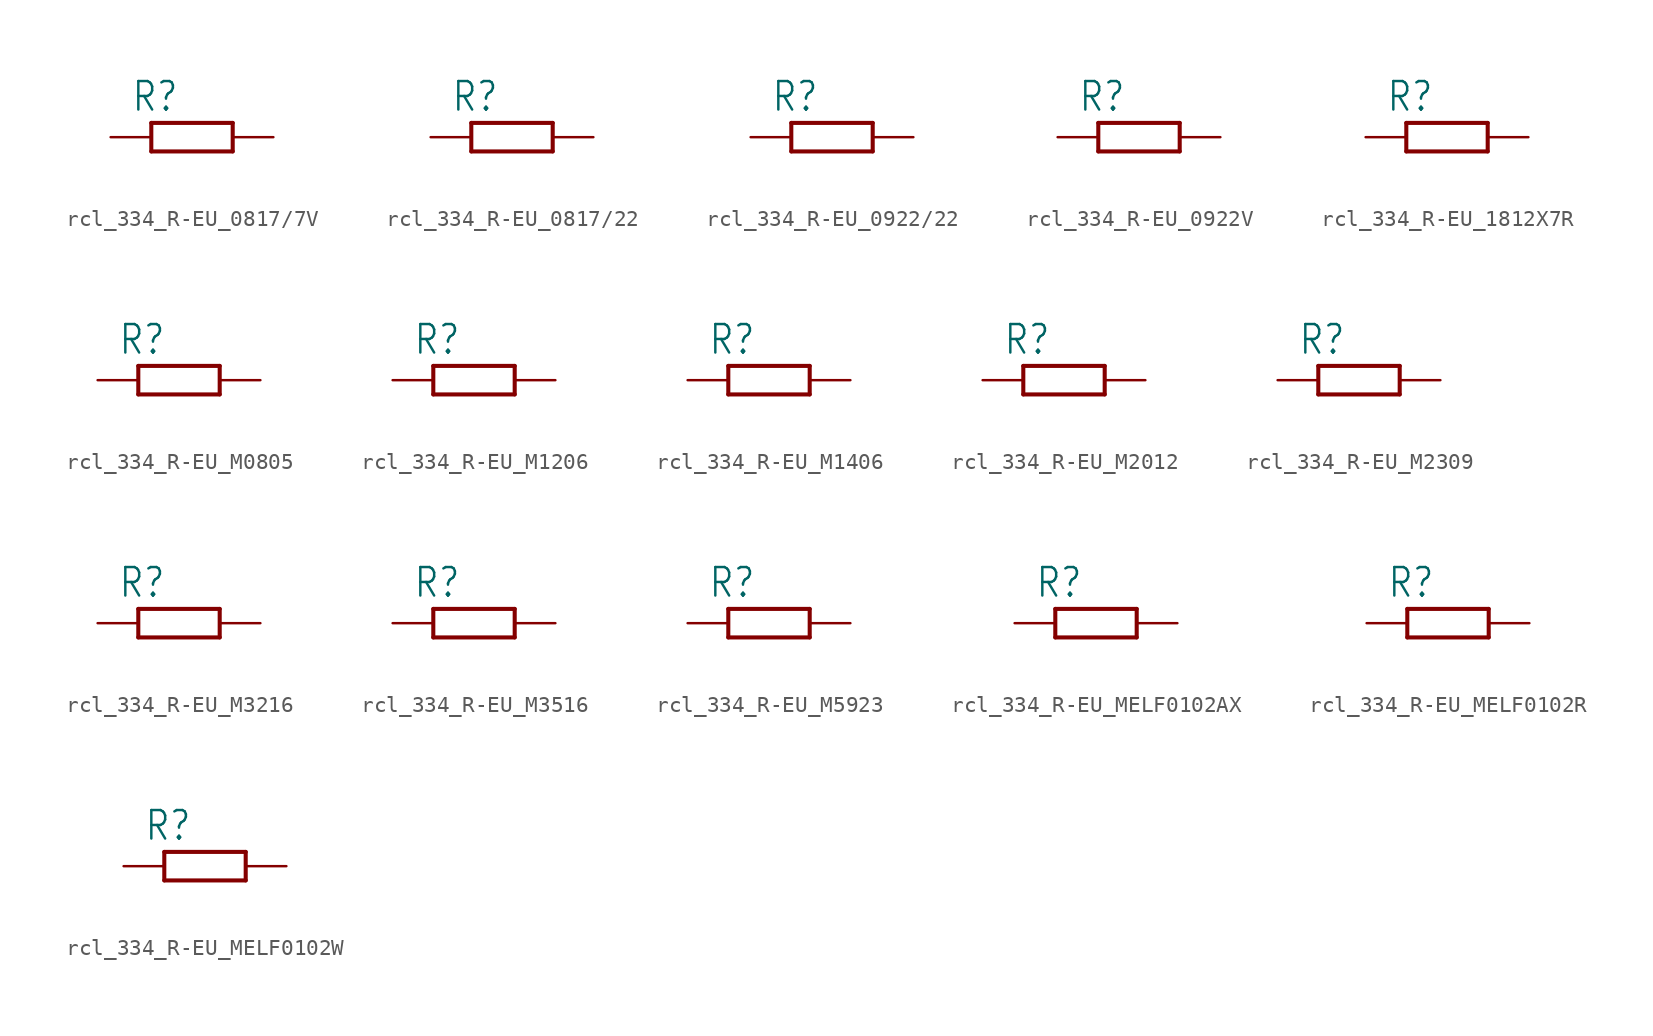
<source format=kicad_sym>
(kicad_symbol_lib
  (version 20241209)
  (generator "kicad_symbol_editor")
  (generator_version "9.0")
  (symbol "rcl_334_R-EU_0817/7V"
    (property "Reference" "R"
      (at -3.81 1.499 0)
      (effects (font (size 1.778 1.511)) (justify left bottom)))
    (property "Value" ""
      (at -3.81 -3.302 0)
      (effects (font (size 1.778 1.511)) (justify left bottom)))
    (property "ki_locked" ""
      (at 0 0 0)
      (effects (font (size 1.27 1.27))))
    (symbol "rcl_334_R-EU_0817/7V_1_0"
      (polyline (pts (xy -2.54 -0.889) (xy -2.54 0.889)) (stroke (width 0.254) (type solid)) (fill (type none)))
      (polyline (pts (xy -2.54 -0.889) (xy 2.54 -0.889)) (stroke (width 0.254) (type solid)) (fill (type none)))
      (polyline (pts (xy 2.54 0.889) (xy -2.54 0.889)) (stroke (width 0.254) (type solid)) (fill (type none)))
      (polyline (pts (xy 2.54 -0.889) (xy 2.54 0.889)) (stroke (width 0.254) (type solid)) (fill (type none)))
      (pin passive line (at -5.08 0 0) (length 2.54) (name "1" (effects (font (size 0 0)))) (number "1" (effects (font (size 0 0)))))
      (pin passive line (at 5.08 0 180) (length 2.54) (name "2" (effects (font (size 0 0)))) (number "2" (effects (font (size 0 0)))))))
  (symbol "rcl_334_R-EU_0817/22"
    (property "Reference" "R"
      (at -3.81 1.499 0)
      (effects (font (size 1.778 1.511)) (justify left bottom)))
    (property "Value" ""
      (at -3.81 -3.302 0)
      (effects (font (size 1.778 1.511)) (justify left bottom)))
    (property "ki_locked" ""
      (at 0 0 0)
      (effects (font (size 1.27 1.27))))
    (symbol "rcl_334_R-EU_0817/22_1_0"
      (polyline (pts (xy -2.54 -0.889) (xy -2.54 0.889)) (stroke (width 0.254) (type solid)) (fill (type none)))
      (polyline (pts (xy -2.54 -0.889) (xy 2.54 -0.889)) (stroke (width 0.254) (type solid)) (fill (type none)))
      (polyline (pts (xy 2.54 0.889) (xy -2.54 0.889)) (stroke (width 0.254) (type solid)) (fill (type none)))
      (polyline (pts (xy 2.54 -0.889) (xy 2.54 0.889)) (stroke (width 0.254) (type solid)) (fill (type none)))
      (pin passive line (at -5.08 0 0) (length 2.54) (name "1" (effects (font (size 0 0)))) (number "1" (effects (font (size 0 0)))))
      (pin passive line (at 5.08 0 180) (length 2.54) (name "2" (effects (font (size 0 0)))) (number "2" (effects (font (size 0 0)))))))
  (symbol "rcl_334_R-EU_0922/22"
    (property "Reference" "R"
      (at -3.81 1.499 0)
      (effects (font (size 1.778 1.511)) (justify left bottom)))
    (property "Value" ""
      (at -3.81 -3.302 0)
      (effects (font (size 1.778 1.511)) (justify left bottom)))
    (property "ki_locked" ""
      (at 0 0 0)
      (effects (font (size 1.27 1.27))))
    (symbol "rcl_334_R-EU_0922/22_1_0"
      (polyline (pts (xy -2.54 -0.889) (xy -2.54 0.889)) (stroke (width 0.254) (type solid)) (fill (type none)))
      (polyline (pts (xy -2.54 -0.889) (xy 2.54 -0.889)) (stroke (width 0.254) (type solid)) (fill (type none)))
      (polyline (pts (xy 2.54 0.889) (xy -2.54 0.889)) (stroke (width 0.254) (type solid)) (fill (type none)))
      (polyline (pts (xy 2.54 -0.889) (xy 2.54 0.889)) (stroke (width 0.254) (type solid)) (fill (type none)))
      (pin passive line (at -5.08 0 0) (length 2.54) (name "1" (effects (font (size 0 0)))) (number "1" (effects (font (size 0 0)))))
      (pin passive line (at 5.08 0 180) (length 2.54) (name "2" (effects (font (size 0 0)))) (number "2" (effects (font (size 0 0)))))))
  (symbol "rcl_334_R-EU_0922V"
    (property "Reference" "R"
      (at -3.81 1.499 0)
      (effects (font (size 1.778 1.511)) (justify left bottom)))
    (property "Value" ""
      (at -3.81 -3.302 0)
      (effects (font (size 1.778 1.511)) (justify left bottom)))
    (property "ki_locked" ""
      (at 0 0 0)
      (effects (font (size 1.27 1.27))))
    (symbol "rcl_334_R-EU_0922V_1_0"
      (polyline (pts (xy -2.54 -0.889) (xy -2.54 0.889)) (stroke (width 0.254) (type solid)) (fill (type none)))
      (polyline (pts (xy -2.54 -0.889) (xy 2.54 -0.889)) (stroke (width 0.254) (type solid)) (fill (type none)))
      (polyline (pts (xy 2.54 0.889) (xy -2.54 0.889)) (stroke (width 0.254) (type solid)) (fill (type none)))
      (polyline (pts (xy 2.54 -0.889) (xy 2.54 0.889)) (stroke (width 0.254) (type solid)) (fill (type none)))
      (pin passive line (at -5.08 0 0) (length 2.54) (name "1" (effects (font (size 0 0)))) (number "1" (effects (font (size 0 0)))))
      (pin passive line (at 5.08 0 180) (length 2.54) (name "2" (effects (font (size 0 0)))) (number "2" (effects (font (size 0 0)))))))
  (symbol "rcl_334_R-EU_1812X7R"
    (property "Reference" "R"
      (at -3.81 1.499 0)
      (effects (font (size 1.778 1.511)) (justify left bottom)))
    (property "Value" ""
      (at -3.81 -3.302 0)
      (effects (font (size 1.778 1.511)) (justify left bottom)))
    (property "ki_locked" ""
      (at 0 0 0)
      (effects (font (size 1.27 1.27))))
    (symbol "rcl_334_R-EU_1812X7R_1_0"
      (polyline (pts (xy -2.54 -0.889) (xy -2.54 0.889)) (stroke (width 0.254) (type solid)) (fill (type none)))
      (polyline (pts (xy -2.54 -0.889) (xy 2.54 -0.889)) (stroke (width 0.254) (type solid)) (fill (type none)))
      (polyline (pts (xy 2.54 0.889) (xy -2.54 0.889)) (stroke (width 0.254) (type solid)) (fill (type none)))
      (polyline (pts (xy 2.54 -0.889) (xy 2.54 0.889)) (stroke (width 0.254) (type solid)) (fill (type none)))
      (pin passive line (at -5.08 0 0) (length 2.54) (name "1" (effects (font (size 0 0)))) (number "1" (effects (font (size 0 0)))))
      (pin passive line (at 5.08 0 180) (length 2.54) (name "2" (effects (font (size 0 0)))) (number "2" (effects (font (size 0 0)))))))
  (symbol "rcl_334_R-EU_M0805"
    (property "Reference" "R"
      (at -3.81 1.499 0)
      (effects (font (size 1.778 1.511)) (justify left bottom)))
    (property "Value" ""
      (at -3.81 -3.302 0)
      (effects (font (size 1.778 1.511)) (justify left bottom)))
    (property "ki_locked" ""
      (at 0 0 0)
      (effects (font (size 1.27 1.27))))
    (symbol "rcl_334_R-EU_M0805_1_0"
      (polyline (pts (xy -2.54 -0.889) (xy -2.54 0.889)) (stroke (width 0.254) (type solid)) (fill (type none)))
      (polyline (pts (xy -2.54 -0.889) (xy 2.54 -0.889)) (stroke (width 0.254) (type solid)) (fill (type none)))
      (polyline (pts (xy 2.54 0.889) (xy -2.54 0.889)) (stroke (width 0.254) (type solid)) (fill (type none)))
      (polyline (pts (xy 2.54 -0.889) (xy 2.54 0.889)) (stroke (width 0.254) (type solid)) (fill (type none)))
      (pin passive line (at -5.08 0 0) (length 2.54) (name "1" (effects (font (size 0 0)))) (number "1" (effects (font (size 0 0)))))
      (pin passive line (at 5.08 0 180) (length 2.54) (name "2" (effects (font (size 0 0)))) (number "2" (effects (font (size 0 0)))))))
  (symbol "rcl_334_R-EU_M1206"
    (property "Reference" "R"
      (at -3.81 1.499 0)
      (effects (font (size 1.778 1.511)) (justify left bottom)))
    (property "Value" ""
      (at -3.81 -3.302 0)
      (effects (font (size 1.778 1.511)) (justify left bottom)))
    (property "ki_locked" ""
      (at 0 0 0)
      (effects (font (size 1.27 1.27))))
    (symbol "rcl_334_R-EU_M1206_1_0"
      (polyline (pts (xy -2.54 -0.889) (xy -2.54 0.889)) (stroke (width 0.254) (type solid)) (fill (type none)))
      (polyline (pts (xy -2.54 -0.889) (xy 2.54 -0.889)) (stroke (width 0.254) (type solid)) (fill (type none)))
      (polyline (pts (xy 2.54 0.889) (xy -2.54 0.889)) (stroke (width 0.254) (type solid)) (fill (type none)))
      (polyline (pts (xy 2.54 -0.889) (xy 2.54 0.889)) (stroke (width 0.254) (type solid)) (fill (type none)))
      (pin passive line (at -5.08 0 0) (length 2.54) (name "1" (effects (font (size 0 0)))) (number "1" (effects (font (size 0 0)))))
      (pin passive line (at 5.08 0 180) (length 2.54) (name "2" (effects (font (size 0 0)))) (number "2" (effects (font (size 0 0)))))))
  (symbol "rcl_334_R-EU_M1406"
    (property "Reference" "R"
      (at -3.81 1.499 0)
      (effects (font (size 1.778 1.511)) (justify left bottom)))
    (property "Value" ""
      (at -3.81 -3.302 0)
      (effects (font (size 1.778 1.511)) (justify left bottom)))
    (property "ki_locked" ""
      (at 0 0 0)
      (effects (font (size 1.27 1.27))))
    (symbol "rcl_334_R-EU_M1406_1_0"
      (polyline (pts (xy -2.54 -0.889) (xy -2.54 0.889)) (stroke (width 0.254) (type solid)) (fill (type none)))
      (polyline (pts (xy -2.54 -0.889) (xy 2.54 -0.889)) (stroke (width 0.254) (type solid)) (fill (type none)))
      (polyline (pts (xy 2.54 0.889) (xy -2.54 0.889)) (stroke (width 0.254) (type solid)) (fill (type none)))
      (polyline (pts (xy 2.54 -0.889) (xy 2.54 0.889)) (stroke (width 0.254) (type solid)) (fill (type none)))
      (pin passive line (at -5.08 0 0) (length 2.54) (name "1" (effects (font (size 0 0)))) (number "1" (effects (font (size 0 0)))))
      (pin passive line (at 5.08 0 180) (length 2.54) (name "2" (effects (font (size 0 0)))) (number "2" (effects (font (size 0 0)))))))
  (symbol "rcl_334_R-EU_M2012"
    (property "Reference" "R"
      (at -3.81 1.499 0)
      (effects (font (size 1.778 1.511)) (justify left bottom)))
    (property "Value" ""
      (at -3.81 -3.302 0)
      (effects (font (size 1.778 1.511)) (justify left bottom)))
    (property "ki_locked" ""
      (at 0 0 0)
      (effects (font (size 1.27 1.27))))
    (symbol "rcl_334_R-EU_M2012_1_0"
      (polyline (pts (xy -2.54 -0.889) (xy -2.54 0.889)) (stroke (width 0.254) (type solid)) (fill (type none)))
      (polyline (pts (xy -2.54 -0.889) (xy 2.54 -0.889)) (stroke (width 0.254) (type solid)) (fill (type none)))
      (polyline (pts (xy 2.54 0.889) (xy -2.54 0.889)) (stroke (width 0.254) (type solid)) (fill (type none)))
      (polyline (pts (xy 2.54 -0.889) (xy 2.54 0.889)) (stroke (width 0.254) (type solid)) (fill (type none)))
      (pin passive line (at -5.08 0 0) (length 2.54) (name "1" (effects (font (size 0 0)))) (number "1" (effects (font (size 0 0)))))
      (pin passive line (at 5.08 0 180) (length 2.54) (name "2" (effects (font (size 0 0)))) (number "2" (effects (font (size 0 0)))))))
  (symbol "rcl_334_R-EU_M2309"
    (property "Reference" "R"
      (at -3.81 1.499 0)
      (effects (font (size 1.778 1.511)) (justify left bottom)))
    (property "Value" ""
      (at -3.81 -3.302 0)
      (effects (font (size 1.778 1.511)) (justify left bottom)))
    (property "ki_locked" ""
      (at 0 0 0)
      (effects (font (size 1.27 1.27))))
    (symbol "rcl_334_R-EU_M2309_1_0"
      (polyline (pts (xy -2.54 -0.889) (xy -2.54 0.889)) (stroke (width 0.254) (type solid)) (fill (type none)))
      (polyline (pts (xy -2.54 -0.889) (xy 2.54 -0.889)) (stroke (width 0.254) (type solid)) (fill (type none)))
      (polyline (pts (xy 2.54 0.889) (xy -2.54 0.889)) (stroke (width 0.254) (type solid)) (fill (type none)))
      (polyline (pts (xy 2.54 -0.889) (xy 2.54 0.889)) (stroke (width 0.254) (type solid)) (fill (type none)))
      (pin passive line (at -5.08 0 0) (length 2.54) (name "1" (effects (font (size 0 0)))) (number "1" (effects (font (size 0 0)))))
      (pin passive line (at 5.08 0 180) (length 2.54) (name "2" (effects (font (size 0 0)))) (number "2" (effects (font (size 0 0)))))))
  (symbol "rcl_334_R-EU_M3216"
    (property "Reference" "R"
      (at -3.81 1.499 0)
      (effects (font (size 1.778 1.511)) (justify left bottom)))
    (property "Value" ""
      (at -3.81 -3.302 0)
      (effects (font (size 1.778 1.511)) (justify left bottom)))
    (property "ki_locked" ""
      (at 0 0 0)
      (effects (font (size 1.27 1.27))))
    (symbol "rcl_334_R-EU_M3216_1_0"
      (polyline (pts (xy -2.54 -0.889) (xy -2.54 0.889)) (stroke (width 0.254) (type solid)) (fill (type none)))
      (polyline (pts (xy -2.54 -0.889) (xy 2.54 -0.889)) (stroke (width 0.254) (type solid)) (fill (type none)))
      (polyline (pts (xy 2.54 0.889) (xy -2.54 0.889)) (stroke (width 0.254) (type solid)) (fill (type none)))
      (polyline (pts (xy 2.54 -0.889) (xy 2.54 0.889)) (stroke (width 0.254) (type solid)) (fill (type none)))
      (pin passive line (at -5.08 0 0) (length 2.54) (name "1" (effects (font (size 0 0)))) (number "1" (effects (font (size 0 0)))))
      (pin passive line (at 5.08 0 180) (length 2.54) (name "2" (effects (font (size 0 0)))) (number "2" (effects (font (size 0 0)))))))
  (symbol "rcl_334_R-EU_M3516"
    (property "Reference" "R"
      (at -3.81 1.499 0)
      (effects (font (size 1.778 1.511)) (justify left bottom)))
    (property "Value" ""
      (at -3.81 -3.302 0)
      (effects (font (size 1.778 1.511)) (justify left bottom)))
    (property "ki_locked" ""
      (at 0 0 0)
      (effects (font (size 1.27 1.27))))
    (symbol "rcl_334_R-EU_M3516_1_0"
      (polyline (pts (xy -2.54 -0.889) (xy -2.54 0.889)) (stroke (width 0.254) (type solid)) (fill (type none)))
      (polyline (pts (xy -2.54 -0.889) (xy 2.54 -0.889)) (stroke (width 0.254) (type solid)) (fill (type none)))
      (polyline (pts (xy 2.54 0.889) (xy -2.54 0.889)) (stroke (width 0.254) (type solid)) (fill (type none)))
      (polyline (pts (xy 2.54 -0.889) (xy 2.54 0.889)) (stroke (width 0.254) (type solid)) (fill (type none)))
      (pin passive line (at -5.08 0 0) (length 2.54) (name "1" (effects (font (size 0 0)))) (number "1" (effects (font (size 0 0)))))
      (pin passive line (at 5.08 0 180) (length 2.54) (name "2" (effects (font (size 0 0)))) (number "2" (effects (font (size 0 0)))))))
  (symbol "rcl_334_R-EU_M5923"
    (property "Reference" "R"
      (at -3.81 1.499 0)
      (effects (font (size 1.778 1.511)) (justify left bottom)))
    (property "Value" ""
      (at -3.81 -3.302 0)
      (effects (font (size 1.778 1.511)) (justify left bottom)))
    (property "ki_locked" ""
      (at 0 0 0)
      (effects (font (size 1.27 1.27))))
    (symbol "rcl_334_R-EU_M5923_1_0"
      (polyline (pts (xy -2.54 -0.889) (xy -2.54 0.889)) (stroke (width 0.254) (type solid)) (fill (type none)))
      (polyline (pts (xy -2.54 -0.889) (xy 2.54 -0.889)) (stroke (width 0.254) (type solid)) (fill (type none)))
      (polyline (pts (xy 2.54 0.889) (xy -2.54 0.889)) (stroke (width 0.254) (type solid)) (fill (type none)))
      (polyline (pts (xy 2.54 -0.889) (xy 2.54 0.889)) (stroke (width 0.254) (type solid)) (fill (type none)))
      (pin passive line (at -5.08 0 0) (length 2.54) (name "1" (effects (font (size 0 0)))) (number "1" (effects (font (size 0 0)))))
      (pin passive line (at 5.08 0 180) (length 2.54) (name "2" (effects (font (size 0 0)))) (number "2" (effects (font (size 0 0)))))))
  (symbol "rcl_334_R-EU_MELF0102AX"
    (property "Reference" "R"
      (at -3.81 1.499 0)
      (effects (font (size 1.778 1.511)) (justify left bottom)))
    (property "Value" ""
      (at -3.81 -3.302 0)
      (effects (font (size 1.778 1.511)) (justify left bottom)))
    (property "ki_locked" ""
      (at 0 0 0)
      (effects (font (size 1.27 1.27))))
    (symbol "rcl_334_R-EU_MELF0102AX_1_0"
      (polyline (pts (xy -2.54 -0.889) (xy -2.54 0.889)) (stroke (width 0.254) (type solid)) (fill (type none)))
      (polyline (pts (xy -2.54 -0.889) (xy 2.54 -0.889)) (stroke (width 0.254) (type solid)) (fill (type none)))
      (polyline (pts (xy 2.54 0.889) (xy -2.54 0.889)) (stroke (width 0.254) (type solid)) (fill (type none)))
      (polyline (pts (xy 2.54 -0.889) (xy 2.54 0.889)) (stroke (width 0.254) (type solid)) (fill (type none)))
      (pin passive line (at -5.08 0 0) (length 2.54) (name "1" (effects (font (size 0 0)))) (number "1" (effects (font (size 0 0)))))
      (pin passive line (at 5.08 0 180) (length 2.54) (name "2" (effects (font (size 0 0)))) (number "2" (effects (font (size 0 0)))))))
  (symbol "rcl_334_R-EU_MELF0102R"
    (property "Reference" "R"
      (at -3.81 1.499 0)
      (effects (font (size 1.778 1.511)) (justify left bottom)))
    (property "Value" ""
      (at -3.81 -3.302 0)
      (effects (font (size 1.778 1.511)) (justify left bottom)))
    (property "ki_locked" ""
      (at 0 0 0)
      (effects (font (size 1.27 1.27))))
    (symbol "rcl_334_R-EU_MELF0102R_1_0"
      (polyline (pts (xy -2.54 -0.889) (xy -2.54 0.889)) (stroke (width 0.254) (type solid)) (fill (type none)))
      (polyline (pts (xy -2.54 -0.889) (xy 2.54 -0.889)) (stroke (width 0.254) (type solid)) (fill (type none)))
      (polyline (pts (xy 2.54 0.889) (xy -2.54 0.889)) (stroke (width 0.254) (type solid)) (fill (type none)))
      (polyline (pts (xy 2.54 -0.889) (xy 2.54 0.889)) (stroke (width 0.254) (type solid)) (fill (type none)))
      (pin passive line (at -5.08 0 0) (length 2.54) (name "1" (effects (font (size 0 0)))) (number "1" (effects (font (size 0 0)))))
      (pin passive line (at 5.08 0 180) (length 2.54) (name "2" (effects (font (size 0 0)))) (number "2" (effects (font (size 0 0)))))))
  (symbol "rcl_334_R-EU_MELF0102W"
    (property "Reference" "R"
      (at -3.81 1.499 0)
      (effects (font (size 1.778 1.511)) (justify left bottom)))
    (property "Value" ""
      (at -3.81 -3.302 0)
      (effects (font (size 1.778 1.511)) (justify left bottom)))
    (property "ki_locked" ""
      (at 0 0 0)
      (effects (font (size 1.27 1.27))))
    (symbol "rcl_334_R-EU_MELF0102W_1_0"
      (polyline (pts (xy -2.54 -0.889) (xy -2.54 0.889)) (stroke (width 0.254) (type solid)) (fill (type none)))
      (polyline (pts (xy -2.54 -0.889) (xy 2.54 -0.889)) (stroke (width 0.254) (type solid)) (fill (type none)))
      (polyline (pts (xy 2.54 0.889) (xy -2.54 0.889)) (stroke (width 0.254) (type solid)) (fill (type none)))
      (polyline (pts (xy 2.54 -0.889) (xy 2.54 0.889)) (stroke (width 0.254) (type solid)) (fill (type none)))
      (pin passive line (at -5.08 0 0) (length 2.54) (name "1" (effects (font (size 0 0)))) (number "1" (effects (font (size 0 0)))))
      (pin passive line (at 5.08 0 180) (length 2.54) (name "2" (effects (font (size 0 0)))) (number "2" (effects (font (size 0 0))))))))
</source>
